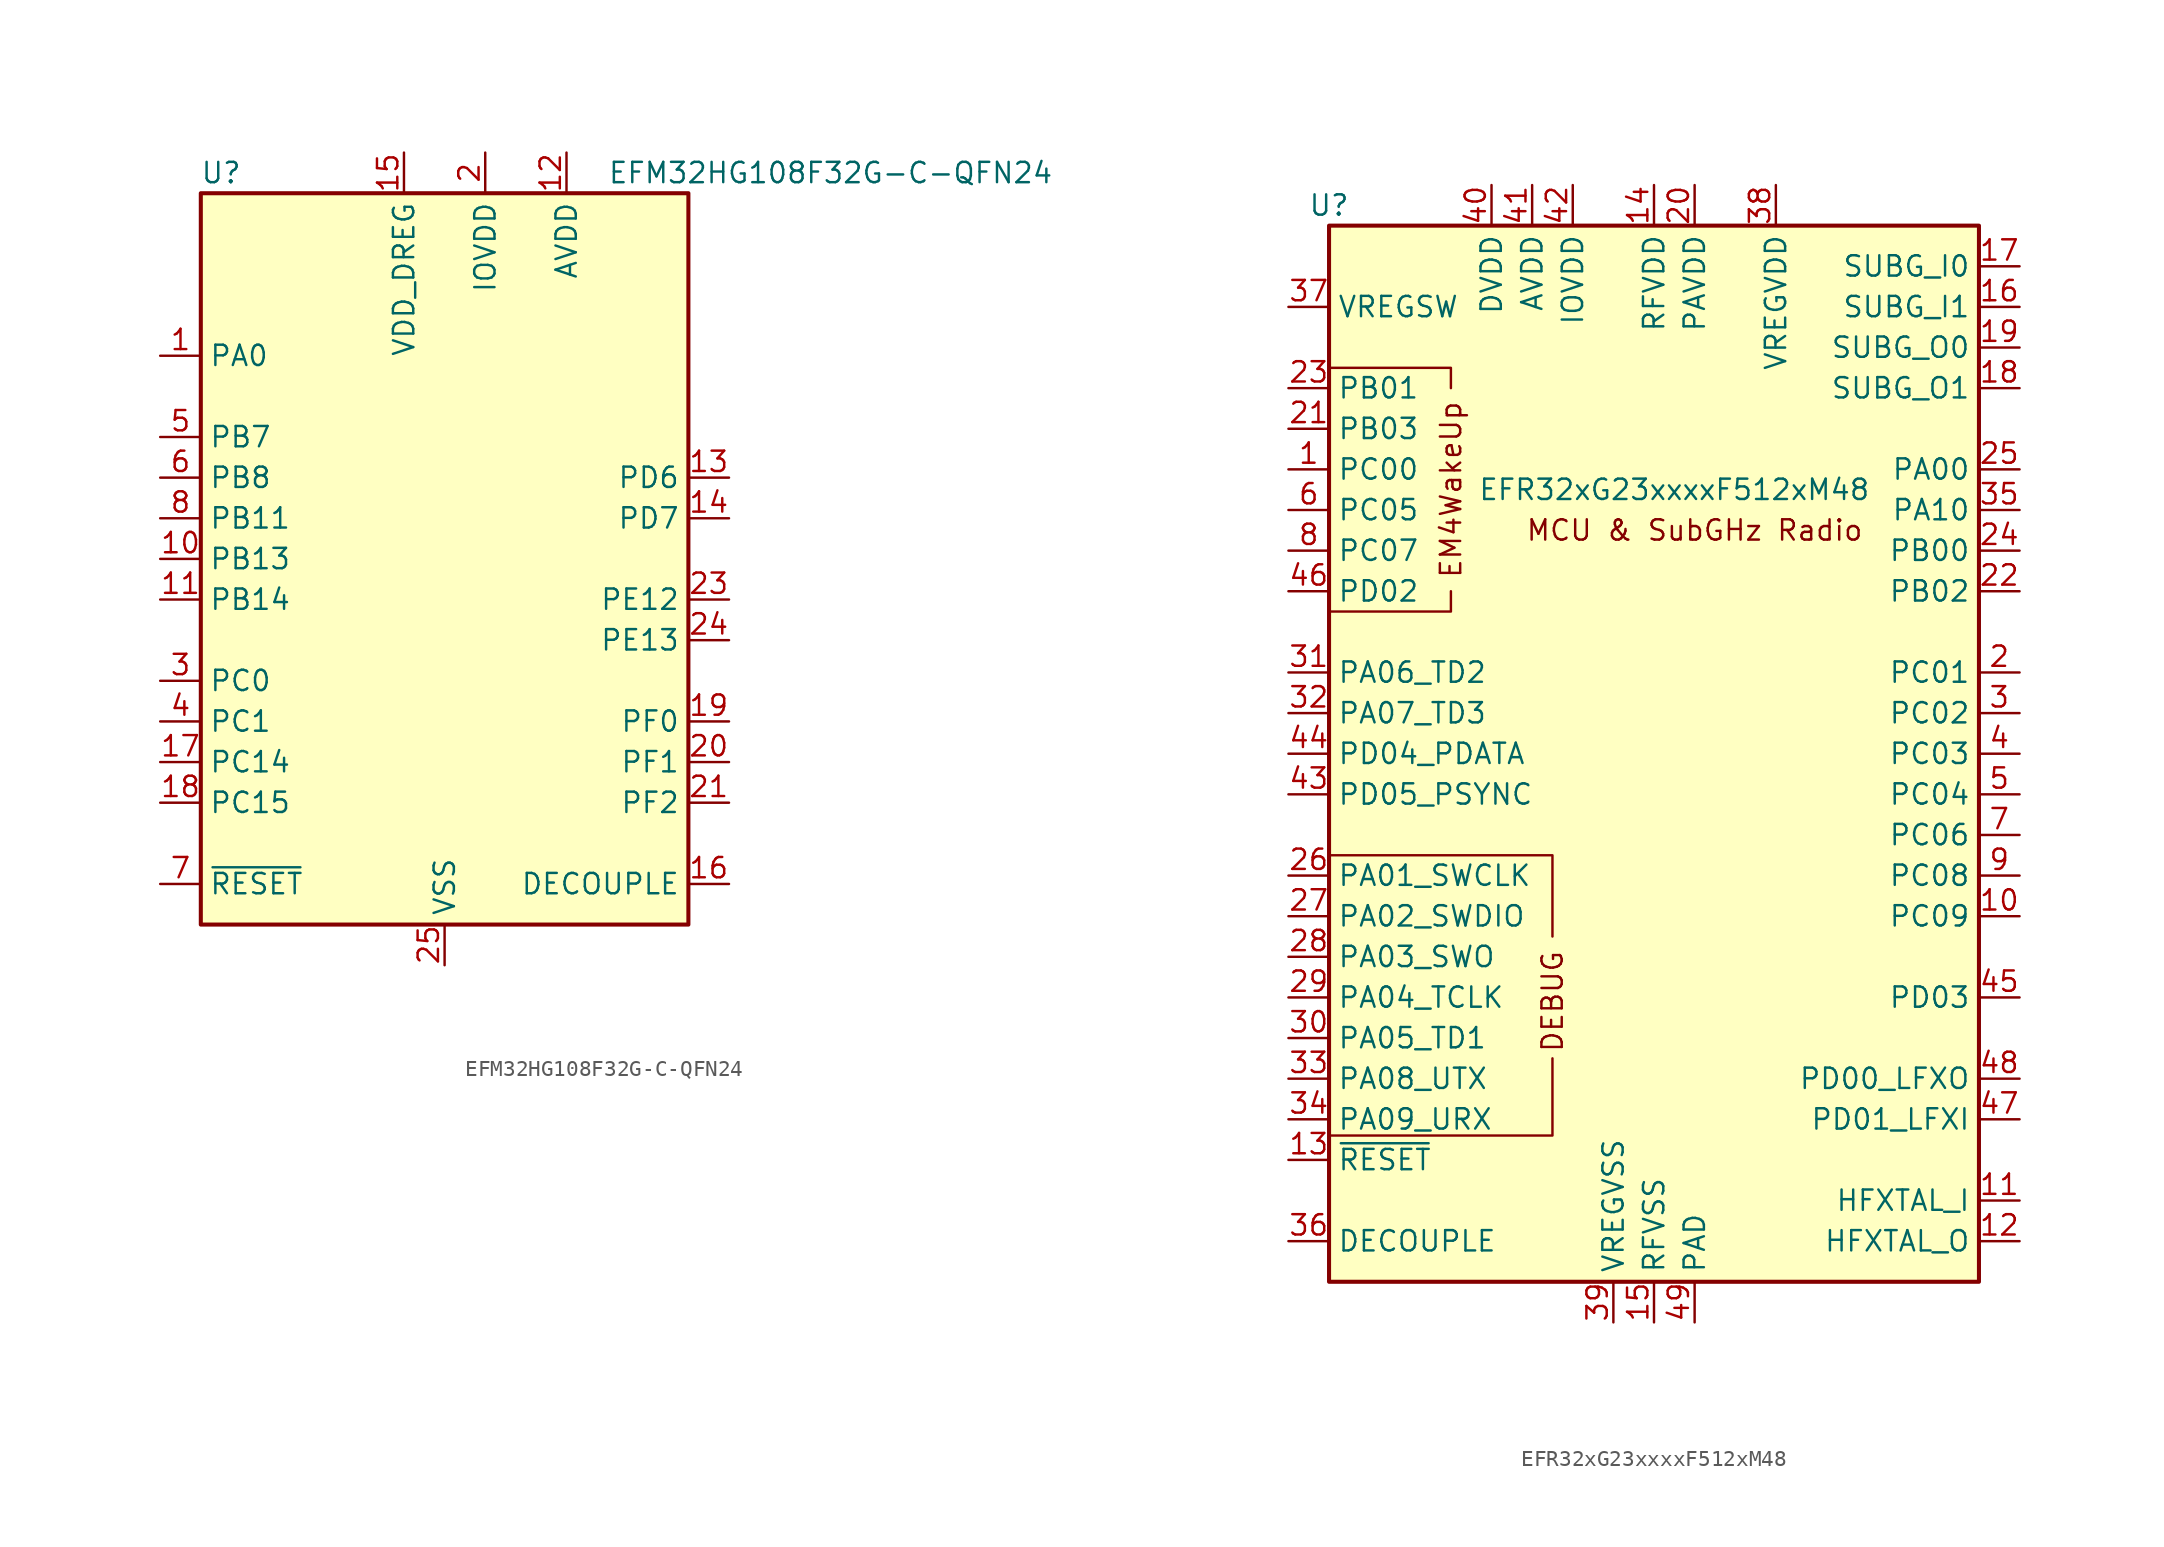
<source format=kicad_sym>
(kicad_symbol_lib
  (version 20231120)
  (generator "kicad_symbol_editor")
  (generator_version "8.0")
  (symbol "EFM32HG108F32G-C-QFN24"
    (property "Reference" "U"
      (at -13.97 24.13 0)
      (effects (font (size 1.27 1.27))))
    (property "Value" "EFM32HG108F32G-C-QFN24"
      (at 24.13 24.13 0)
      (effects (font (size 1.27 1.27))))
    (symbol "EFM32HG108F32G-C-QFN24_0_1"
      (rectangle (start -15.24 22.86) (end 15.24 -22.86) (stroke (width 0.254) (type default)) (fill (type background))))
    (symbol "EFM32HG108F32G-C-QFN24_1_1"
      (pin bidirectional line (at -17.78 12.7 0) (length 2.54) (name "PA0" (effects (font (size 1.27 1.27)))) (number "1" (effects (font (size 1.27 1.27)))))
      (pin bidirectional line (at -17.78 0 0) (length 2.54) (name "PB13" (effects (font (size 1.27 1.27)))) (number "10" (effects (font (size 1.27 1.27)))))
      (pin bidirectional line (at -17.78 -2.54 0) (length 2.54) (name "PB14" (effects (font (size 1.27 1.27)))) (number "11" (effects (font (size 1.27 1.27)))))
      (pin power_in line (at 7.62 25.4 270) (length 2.54) (name "AVDD" (effects (font (size 1.27 1.27)))) (number "12" (effects (font (size 1.27 1.27)))))
      (pin bidirectional line (at 17.78 5.08 180) (length 2.54) (name "PD6" (effects (font (size 1.27 1.27)))) (number "13" (effects (font (size 1.27 1.27)))))
      (pin bidirectional line (at 17.78 2.54 180) (length 2.54) (name "PD7" (effects (font (size 1.27 1.27)))) (number "14" (effects (font (size 1.27 1.27)))))
      (pin power_in line (at -2.54 25.4 270) (length 2.54) (name "VDD_DREG" (effects (font (size 1.27 1.27)))) (number "15" (effects (font (size 1.27 1.27)))))
      (pin passive line (at 17.78 -20.32 180) (length 2.54) (name "DECOUPLE" (effects (font (size 1.27 1.27)))) (number "16" (effects (font (size 1.27 1.27)))))
      (pin bidirectional line (at -17.78 -12.7 0) (length 2.54) (name "PC14" (effects (font (size 1.27 1.27)))) (number "17" (effects (font (size 1.27 1.27)))))
      (pin bidirectional line (at -17.78 -15.24 0) (length 2.54) (name "PC15" (effects (font (size 1.27 1.27)))) (number "18" (effects (font (size 1.27 1.27)))))
      (pin bidirectional line (at 17.78 -10.16 180) (length 2.54) (name "PF0" (effects (font (size 1.27 1.27)))) (number "19" (effects (font (size 1.27 1.27)))))
      (pin power_in line (at 2.54 25.4 270) (length 2.54) (name "IOVDD" (effects (font (size 1.27 1.27)))) (number "2" (effects (font (size 1.27 1.27)))))
      (pin bidirectional line (at 17.78 -12.7 180) (length 2.54) (name "PF1" (effects (font (size 1.27 1.27)))) (number "20" (effects (font (size 1.27 1.27)))))
      (pin bidirectional line (at 17.78 -15.24 180) (length 2.54) (name "PF2" (effects (font (size 1.27 1.27)))) (number "21" (effects (font (size 1.27 1.27)))))
      (pin passive line (at 2.54 25.4 270) (length 2.54) hide (name "IOVDD" (effects (font (size 1.27 1.27)))) (number "22" (effects (font (size 1.27 1.27)))))
      (pin bidirectional line (at 17.78 -2.54 180) (length 2.54) (name "PE12" (effects (font (size 1.27 1.27)))) (number "23" (effects (font (size 1.27 1.27)))))
      (pin bidirectional line (at 17.78 -5.08 180) (length 2.54) (name "PE13" (effects (font (size 1.27 1.27)))) (number "24" (effects (font (size 1.27 1.27)))))
      (pin power_in line (at 0 -25.4 90) (length 2.54) (name "VSS" (effects (font (size 1.27 1.27)))) (number "25" (effects (font (size 1.27 1.27)))))
      (pin bidirectional line (at -17.78 -7.62 0) (length 2.54) (name "PC0" (effects (font (size 1.27 1.27)))) (number "3" (effects (font (size 1.27 1.27)))))
      (pin bidirectional line (at -17.78 -10.16 0) (length 2.54) (name "PC1" (effects (font (size 1.27 1.27)))) (number "4" (effects (font (size 1.27 1.27)))))
      (pin bidirectional line (at -17.78 7.62 0) (length 2.54) (name "PB7" (effects (font (size 1.27 1.27)))) (number "5" (effects (font (size 1.27 1.27)))))
      (pin bidirectional line (at -17.78 5.08 0) (length 2.54) (name "PB8" (effects (font (size 1.27 1.27)))) (number "6" (effects (font (size 1.27 1.27)))))
      (pin input line (at -17.78 -20.32 0) (length 2.54) (name "~{RESET}" (effects (font (size 1.27 1.27)))) (number "7" (effects (font (size 1.27 1.27)))))
      (pin bidirectional line (at -17.78 2.54 0) (length 2.54) (name "PB11" (effects (font (size 1.27 1.27)))) (number "8" (effects (font (size 1.27 1.27)))))
      (pin passive line (at 7.62 25.4 270) (length 2.54) hide (name "AVDD" (effects (font (size 1.27 1.27)))) (number "9" (effects (font (size 1.27 1.27)))))))
  (symbol "EFR32xG23xxxxF512xM48"
    (property "Reference" "U"
      (at -20.32 34.29 0)
      (effects (font (size 1.27 1.27))))
    (property "Value" "EFR32xG23xxxxF512xM48"
      (at 1.27 16.51 0)
      (effects (font (size 1.27 1.27))))
    (symbol "EFR32xG23xxxxF512xM48_0_1"
      (polyline (pts (xy -12.7 10.16) (xy -12.7 8.89) (xy -20.32 8.89)) (stroke (width 0) (type default)) (fill (type none)))
      (polyline (pts (xy -12.7 22.86) (xy -12.7 24.13) (xy -20.32 24.13)) (stroke (width 0) (type default)) (fill (type none)))
      (polyline (pts (xy -6.35 -19.05) (xy -6.35 -23.876) (xy -20.32 -23.876)) (stroke (width 0) (type default)) (fill (type none)))
      (polyline (pts (xy -6.35 -11.43) (xy -6.35 -6.35) (xy -20.32 -6.35)) (stroke (width 0) (type default)) (fill (type none))))
    (symbol "EFR32xG23xxxxF512xM48_1_0"
      (text "DEBUG" (at -6.35 -15.494 900) (effects (font (size 1.27 1.27))))
      (text "EM4WakeUp" (at -12.7 16.51 900) (effects (font (size 1.27 1.27))))
      (text "MCU & SubGHz Radio" (at 2.54 13.97 0) (effects (font (size 1.27 1.27)))))
    (symbol "EFR32xG23xxxxF512xM48_1_1"
      (rectangle (start -20.32 33.02) (end 20.32 -33.02) (stroke (width 0.254) (type default)) (fill (type background)))
      (pin bidirectional line (at -22.86 17.78 0) (length 2.54) (name "PC00" (effects (font (size 1.27 1.27)))) (number "1" (effects (font (size 1.27 1.27)))))
      (pin bidirectional line (at 22.86 -10.16 180) (length 2.54) (name "PC09" (effects (font (size 1.27 1.27)))) (number "10" (effects (font (size 1.27 1.27)))))
      (pin input line (at 22.86 -27.94 180) (length 2.54) (name "HFXTAL_I" (effects (font (size 1.27 1.27)))) (number "11" (effects (font (size 1.27 1.27)))))
      (pin output line (at 22.86 -30.48 180) (length 2.54) (name "HFXTAL_O" (effects (font (size 1.27 1.27)))) (number "12" (effects (font (size 1.27 1.27)))))
      (pin input line (at -22.86 -25.4 0) (length 2.54) (name "~{RESET}" (effects (font (size 1.27 1.27)))) (number "13" (effects (font (size 1.27 1.27)))))
      (pin power_in line (at 0 35.56 270) (length 2.54) (name "RFVDD" (effects (font (size 1.27 1.27)))) (number "14" (effects (font (size 1.27 1.27)))))
      (pin power_in line (at 0 -35.56 90) (length 2.54) (name "RFVSS" (effects (font (size 1.27 1.27)))) (number "15" (effects (font (size 1.27 1.27)))))
      (pin bidirectional line (at 22.86 27.94 180) (length 2.54) (name "SUBG_I1" (effects (font (size 1.27 1.27)))) (number "16" (effects (font (size 1.27 1.27)))))
      (pin bidirectional line (at 22.86 30.48 180) (length 2.54) (name "SUBG_I0" (effects (font (size 1.27 1.27)))) (number "17" (effects (font (size 1.27 1.27)))))
      (pin bidirectional line (at 22.86 22.86 180) (length 2.54) (name "SUBG_O1" (effects (font (size 1.27 1.27)))) (number "18" (effects (font (size 1.27 1.27)))))
      (pin bidirectional line (at 22.86 25.4 180) (length 2.54) (name "SUBG_O0" (effects (font (size 1.27 1.27)))) (number "19" (effects (font (size 1.27 1.27)))))
      (pin bidirectional line (at 22.86 5.08 180) (length 2.54) (name "PC01" (effects (font (size 1.27 1.27)))) (number "2" (effects (font (size 1.27 1.27)))))
      (pin power_in line (at 2.54 35.56 270) (length 2.54) (name "PAVDD" (effects (font (size 1.27 1.27)))) (number "20" (effects (font (size 1.27 1.27)))))
      (pin bidirectional line (at -22.86 20.32 0) (length 2.54) (name "PB03" (effects (font (size 1.27 1.27)))) (number "21" (effects (font (size 1.27 1.27)))))
      (pin bidirectional line (at 22.86 10.16 180) (length 2.54) (name "PB02" (effects (font (size 1.27 1.27)))) (number "22" (effects (font (size 1.27 1.27)))))
      (pin bidirectional line (at -22.86 22.86 0) (length 2.54) (name "PB01" (effects (font (size 1.27 1.27)))) (number "23" (effects (font (size 1.27 1.27)))))
      (pin bidirectional line (at 22.86 12.7 180) (length 2.54) (name "PB00" (effects (font (size 1.27 1.27)))) (number "24" (effects (font (size 1.27 1.27)))))
      (pin bidirectional line (at 22.86 17.78 180) (length 2.54) (name "PA00" (effects (font (size 1.27 1.27)))) (number "25" (effects (font (size 1.27 1.27)))))
      (pin bidirectional line (at -22.86 -7.62 0) (length 2.54) (name "PA01_SWCLK" (effects (font (size 1.27 1.27)))) (number "26" (effects (font (size 1.27 1.27)))))
      (pin bidirectional line (at -22.86 -10.16 0) (length 2.54) (name "PA02_SWDIO" (effects (font (size 1.27 1.27)))) (number "27" (effects (font (size 1.27 1.27)))))
      (pin bidirectional line (at -22.86 -12.7 0) (length 2.54) (name "PA03_SWO" (effects (font (size 1.27 1.27)))) (number "28" (effects (font (size 1.27 1.27)))))
      (pin bidirectional line (at -22.86 -15.24 0) (length 2.54) (name "PA04_TCLK" (effects (font (size 1.27 1.27)))) (number "29" (effects (font (size 1.27 1.27)))))
      (pin bidirectional line (at 22.86 2.54 180) (length 2.54) (name "PC02" (effects (font (size 1.27 1.27)))) (number "3" (effects (font (size 1.27 1.27)))))
      (pin bidirectional line (at -22.86 -17.78 0) (length 2.54) (name "PA05_TD1" (effects (font (size 1.27 1.27)))) (number "30" (effects (font (size 1.27 1.27)))))
      (pin bidirectional line (at -22.86 5.08 0) (length 2.54) (name "PA06_TD2" (effects (font (size 1.27 1.27)))) (number "31" (effects (font (size 1.27 1.27)))))
      (pin bidirectional line (at -22.86 2.54 0) (length 2.54) (name "PA07_TD3" (effects (font (size 1.27 1.27)))) (number "32" (effects (font (size 1.27 1.27)))))
      (pin bidirectional line (at -22.86 -20.32 0) (length 2.54) (name "PA08_UTX" (effects (font (size 1.27 1.27)))) (number "33" (effects (font (size 1.27 1.27)))))
      (pin bidirectional line (at -22.86 -22.86 0) (length 2.54) (name "PA09_URX" (effects (font (size 1.27 1.27)))) (number "34" (effects (font (size 1.27 1.27)))))
      (pin bidirectional line (at 22.86 15.24 180) (length 2.54) (name "PA10" (effects (font (size 1.27 1.27)))) (number "35" (effects (font (size 1.27 1.27)))))
      (pin passive line (at -22.86 -30.48 0) (length 2.54) (name "DECOUPLE" (effects (font (size 1.27 1.27)))) (number "36" (effects (font (size 1.27 1.27)))))
      (pin passive line (at -22.86 27.94 0) (length 2.54) (name "VREGSW" (effects (font (size 1.27 1.27)))) (number "37" (effects (font (size 1.27 1.27)))))
      (pin power_in line (at 7.62 35.56 270) (length 2.54) (name "VREGVDD" (effects (font (size 1.27 1.27)))) (number "38" (effects (font (size 1.27 1.27)))))
      (pin power_in line (at -2.54 -35.56 90) (length 2.54) (name "VREGVSS" (effects (font (size 1.27 1.27)))) (number "39" (effects (font (size 1.27 1.27)))))
      (pin bidirectional line (at 22.86 0 180) (length 2.54) (name "PC03" (effects (font (size 1.27 1.27)))) (number "4" (effects (font (size 1.27 1.27)))))
      (pin power_in line (at -10.16 35.56 270) (length 2.54) (name "DVDD" (effects (font (size 1.27 1.27)))) (number "40" (effects (font (size 1.27 1.27)))))
      (pin power_in line (at -7.62 35.56 270) (length 2.54) (name "AVDD" (effects (font (size 1.27 1.27)))) (number "41" (effects (font (size 1.27 1.27)))))
      (pin power_in line (at -5.08 35.56 270) (length 2.54) (name "IOVDD" (effects (font (size 1.27 1.27)))) (number "42" (effects (font (size 1.27 1.27)))))
      (pin bidirectional line (at -22.86 -2.54 0) (length 2.54) (name "PD05_PSYNC" (effects (font (size 1.27 1.27)))) (number "43" (effects (font (size 1.27 1.27)))))
      (pin bidirectional line (at -22.86 0 0) (length 2.54) (name "PD04_PDATA" (effects (font (size 1.27 1.27)))) (number "44" (effects (font (size 1.27 1.27)))))
      (pin bidirectional line (at 22.86 -15.24 180) (length 2.54) (name "PD03" (effects (font (size 1.27 1.27)))) (number "45" (effects (font (size 1.27 1.27)))))
      (pin bidirectional line (at -22.86 10.16 0) (length 2.54) (name "PD02" (effects (font (size 1.27 1.27)))) (number "46" (effects (font (size 1.27 1.27)))))
      (pin bidirectional line (at 22.86 -22.86 180) (length 2.54) (name "PD01_LFXI" (effects (font (size 1.27 1.27)))) (number "47" (effects (font (size 1.27 1.27)))))
      (pin bidirectional line (at 22.86 -20.32 180) (length 2.54) (name "PD00_LFXO" (effects (font (size 1.27 1.27)))) (number "48" (effects (font (size 1.27 1.27)))))
      (pin power_in line (at 2.54 -35.56 90) (length 2.54) (name "PAD" (effects (font (size 1.27 1.27)))) (number "49" (effects (font (size 1.27 1.27)))))
      (pin bidirectional line (at 22.86 -2.54 180) (length 2.54) (name "PC04" (effects (font (size 1.27 1.27)))) (number "5" (effects (font (size 1.27 1.27)))))
      (pin bidirectional line (at -22.86 15.24 0) (length 2.54) (name "PC05" (effects (font (size 1.27 1.27)))) (number "6" (effects (font (size 1.27 1.27)))))
      (pin bidirectional line (at 22.86 -5.08 180) (length 2.54) (name "PC06" (effects (font (size 1.27 1.27)))) (number "7" (effects (font (size 1.27 1.27)))))
      (pin bidirectional line (at -22.86 12.7 0) (length 2.54) (name "PC07" (effects (font (size 1.27 1.27)))) (number "8" (effects (font (size 1.27 1.27)))))
      (pin bidirectional line (at 22.86 -7.62 180) (length 2.54) (name "PC08" (effects (font (size 1.27 1.27)))) (number "9" (effects (font (size 1.27 1.27))))))))
</source>
